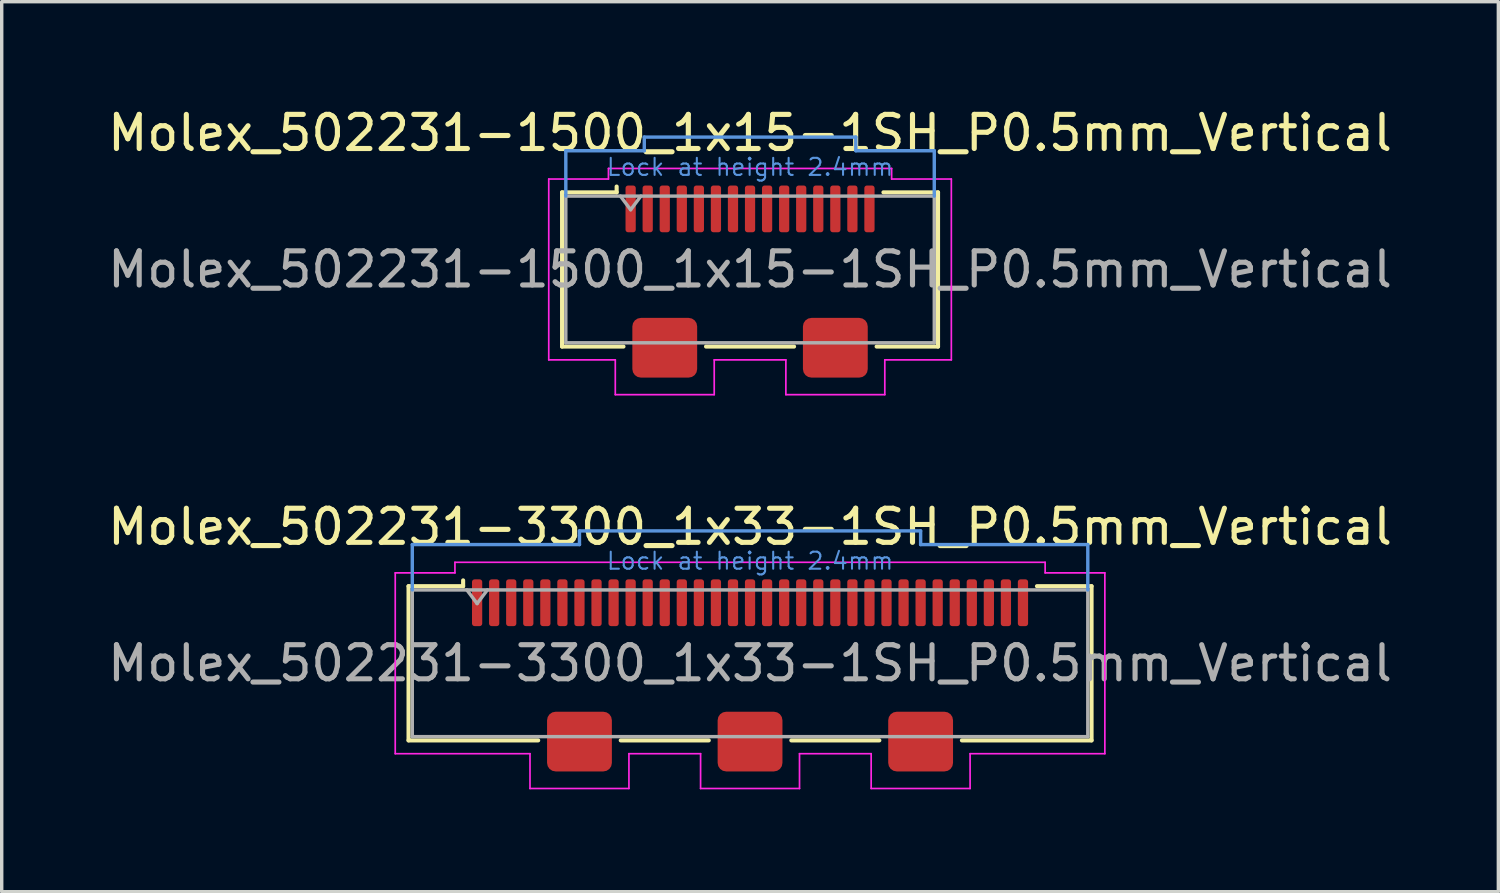
<source format=kicad_pcb>
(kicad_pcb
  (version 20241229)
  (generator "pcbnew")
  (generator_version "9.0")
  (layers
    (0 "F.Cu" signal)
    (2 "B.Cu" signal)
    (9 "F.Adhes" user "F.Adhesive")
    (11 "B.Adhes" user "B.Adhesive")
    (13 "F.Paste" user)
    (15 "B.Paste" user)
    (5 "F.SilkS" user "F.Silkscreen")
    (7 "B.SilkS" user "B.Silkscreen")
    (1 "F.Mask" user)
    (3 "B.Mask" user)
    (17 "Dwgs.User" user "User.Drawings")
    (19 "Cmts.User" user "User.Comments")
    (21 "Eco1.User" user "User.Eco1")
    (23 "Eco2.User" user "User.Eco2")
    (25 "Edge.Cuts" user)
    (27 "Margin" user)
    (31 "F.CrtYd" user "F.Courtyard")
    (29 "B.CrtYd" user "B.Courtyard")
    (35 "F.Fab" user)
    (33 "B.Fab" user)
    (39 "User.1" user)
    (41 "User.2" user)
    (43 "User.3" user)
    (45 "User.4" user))
  (footprint "Molex_502231-3300_1x33-1SH_P0.5mm_Vertical"
    (layer "F.Cu")
    (at 18.935 15.662)
    (property "Reference" "Molex_502231-3300_1x33-1SH_P0.5mm_Vertical" (at 0 -3.27 0) (layer "F.SilkS") (effects (font (size 1 1) (thickness 0.15))))
    (attr smd)
    (fp_line (start -10.01 2.99) (end -10.01 -1.53) (stroke (width 0.12) (type solid)) (layer "F.SilkS"))
    (fp_line (start -8.41 -1.53) (end -10.01 -1.53) (stroke (width 0.12) (type solid)) (layer "F.SilkS"))
    (fp_line (start -8.41 -1.53) (end -8.41 -1.7) (stroke (width 0.12) (type solid)) (layer "F.SilkS"))
    (fp_line (start -6.21 2.99) (end -10.01 2.99) (stroke (width 0.12) (type solid)) (layer "F.SilkS"))
    (fp_line (start -3.79 2.99) (end -1.21 2.99) (stroke (width 0.12) (type solid)) (layer "F.SilkS"))
    (fp_line (start 1.21 2.99) (end 3.79 2.99) (stroke (width 0.12) (type solid)) (layer "F.SilkS"))
    (fp_line (start 6.21 2.99) (end 10.01 2.99) (stroke (width 0.12) (type solid)) (layer "F.SilkS"))
    (fp_line (start 8.41 -1.53) (end 10.01 -1.53) (stroke (width 0.12) (type solid)) (layer "F.SilkS"))
    (fp_line (start 10.01 2.99) (end 10.01 -1.53) (stroke (width 0.12) (type solid)) (layer "F.SilkS"))
    (fp_line (start -9.9 -2.75) (end -9.9 -1.42) (stroke (width 0.1) (type solid)) (layer "Cmts.User"))
    (fp_line (start -5 -3.15) (end -5 -2.75) (stroke (width 0.1) (type solid)) (layer "Cmts.User"))
    (fp_line (start -5 -3.15) (end 5 -3.15) (stroke (width 0.1) (type solid)) (layer "Cmts.User"))
    (fp_line (start -5 -2.75) (end -9.9 -2.75) (stroke (width 0.1) (type solid)) (layer "Cmts.User"))
    (fp_line (start 5 -3.15) (end 5 -2.75) (stroke (width 0.1) (type solid)) (layer "Cmts.User"))
    (fp_line (start 5 -2.75) (end 9.9 -2.75) (stroke (width 0.1) (type solid)) (layer "Cmts.User"))
    (fp_line (start 9.9 -2.75) (end 9.9 -1.42) (stroke (width 0.1) (type solid)) (layer "Cmts.User"))
    (fp_line (start -10.4 -1.92) (end -8.65 -1.92) (stroke (width 0.05) (type solid)) (layer "F.CrtYd"))
    (fp_line (start -10.4 3.38) (end -10.4 -1.92) (stroke (width 0.05) (type solid)) (layer "F.CrtYd"))
    (fp_line (start -8.65 -1.92) (end -8.65 -2.23) (stroke (width 0.05) (type solid)) (layer "F.CrtYd"))
    (fp_line (start -6.45 3.38) (end -10.4 3.38) (stroke (width 0.05) (type solid)) (layer "F.CrtYd"))
    (fp_line (start -6.45 3.38) (end -6.45 4.4) (stroke (width 0.05) (type solid)) (layer "F.CrtYd"))
    (fp_line (start -3.55 3.38) (end -3.55 4.4) (stroke (width 0.05) (type solid)) (layer "F.CrtYd"))
    (fp_line (start -3.55 4.4) (end -6.45 4.4) (stroke (width 0.05) (type solid)) (layer "F.CrtYd"))
    (fp_line (start -1.45 3.38) (end -3.55 3.38) (stroke (width 0.05) (type solid)) (layer "F.CrtYd"))
    (fp_line (start -1.45 3.38) (end -1.45 4.4) (stroke (width 0.05) (type solid)) (layer "F.CrtYd"))
    (fp_line (start -1.45 4.4) (end 1.45 4.4) (stroke (width 0.05) (type solid)) (layer "F.CrtYd"))
    (fp_line (start 1.45 3.38) (end 1.45 4.4) (stroke (width 0.05) (type solid)) (layer "F.CrtYd"))
    (fp_line (start 3.55 3.38) (end 1.45 3.38) (stroke (width 0.05) (type solid)) (layer "F.CrtYd"))
    (fp_line (start 3.55 3.38) (end 3.55 4.4) (stroke (width 0.05) (type solid)) (layer "F.CrtYd"))
    (fp_line (start 3.55 4.4) (end 6.45 4.4) (stroke (width 0.05) (type solid)) (layer "F.CrtYd"))
    (fp_line (start 6.45 3.38) (end 6.45 4.4) (stroke (width 0.05) (type solid)) (layer "F.CrtYd"))
    (fp_line (start 6.45 3.38) (end 10.4 3.38) (stroke (width 0.05) (type solid)) (layer "F.CrtYd"))
    (fp_line (start 8.65 -2.23) (end -8.65 -2.23) (stroke (width 0.05) (type solid)) (layer "F.CrtYd"))
    (fp_line (start 8.65 -1.92) (end 8.65 -2.23) (stroke (width 0.05) (type solid)) (layer "F.CrtYd"))
    (fp_line (start 10.4 -1.92) (end 8.65 -1.92) (stroke (width 0.05) (type solid)) (layer "F.CrtYd"))
    (fp_line (start 10.4 3.38) (end 10.4 -1.92) (stroke (width 0.05) (type solid)) (layer "F.CrtYd"))
    (fp_line (start -9.9 -1.42) (end -9.9 2.88) (stroke (width 0.1) (type solid)) (layer "F.Fab"))
    (fp_line (start -9.9 -1.42) (end 9.9 -1.42) (stroke (width 0.1) (type solid)) (layer "F.Fab"))
    (fp_line (start -9.9 2.88) (end 9.9 2.88) (stroke (width 0.1) (type solid)) (layer "F.Fab"))
    (fp_line (start -8.3 -1.42) (end -8 -1.02) (stroke (width 0.1) (type solid)) (layer "F.Fab"))
    (fp_line (start -8 -1.02) (end -7.7 -1.42) (stroke (width 0.1) (type solid)) (layer "F.Fab"))
    (fp_line (start 9.9 -1.42) (end 9.9 2.88) (stroke (width 0.1) (type solid)) (layer "F.Fab"))
    (fp_text user "Lock at height 2.4mm" (at 0 -2.27 0) (layer "Cmts.User") (effects (font (size 0.5 0.5) (thickness 0.06))))
    (fp_text user "${REFERENCE}" (at 0 0.73 0) (layer "F.Fab") (effects (font (size 1 1) (thickness 0.15))))
    (pad "1" smd roundrect (at -8 -1.045) (size 0.3 1.37) (layers "F.Cu" "F.Mask" "F.Paste") (roundrect_rratio 0.25))
    (pad "2" smd roundrect (at -7.5 -1.045) (size 0.3 1.37) (layers "F.Cu" "F.Mask" "F.Paste") (roundrect_rratio 0.25))
    (pad "3" smd roundrect (at -7 -1.045) (size 0.3 1.37) (layers "F.Cu" "F.Mask" "F.Paste") (roundrect_rratio 0.25))
    (pad "4" smd roundrect (at -6.5 -1.045) (size 0.3 1.37) (layers "F.Cu" "F.Mask" "F.Paste") (roundrect_rratio 0.25))
    (pad "5" smd roundrect (at -6 -1.045) (size 0.3 1.37) (layers "F.Cu" "F.Mask" "F.Paste") (roundrect_rratio 0.25))
    (pad "6" smd roundrect (at -5.5 -1.045) (size 0.3 1.37) (layers "F.Cu" "F.Mask" "F.Paste") (roundrect_rratio 0.25))
    (pad "7" smd roundrect (at -5 -1.045) (size 0.3 1.37) (layers "F.Cu" "F.Mask" "F.Paste") (roundrect_rratio 0.25))
    (pad "8" smd roundrect (at -4.5 -1.045) (size 0.3 1.37) (layers "F.Cu" "F.Mask" "F.Paste") (roundrect_rratio 0.25))
    (pad "9" smd roundrect (at -4 -1.045) (size 0.3 1.37) (layers "F.Cu" "F.Mask" "F.Paste") (roundrect_rratio 0.25))
    (pad "10" smd roundrect (at -3.5 -1.045) (size 0.3 1.37) (layers "F.Cu" "F.Mask" "F.Paste") (roundrect_rratio 0.25))
    (pad "11" smd roundrect (at -3 -1.045) (size 0.3 1.37) (layers "F.Cu" "F.Mask" "F.Paste") (roundrect_rratio 0.25))
    (pad "12" smd roundrect (at -2.5 -1.045) (size 0.3 1.37) (layers "F.Cu" "F.Mask" "F.Paste") (roundrect_rratio 0.25))
    (pad "13" smd roundrect (at -2 -1.045) (size 0.3 1.37) (layers "F.Cu" "F.Mask" "F.Paste") (roundrect_rratio 0.25))
    (pad "14" smd roundrect (at -1.5 -1.045) (size 0.3 1.37) (layers "F.Cu" "F.Mask" "F.Paste") (roundrect_rratio 0.25))
    (pad "15" smd roundrect (at -1 -1.045) (size 0.3 1.37) (layers "F.Cu" "F.Mask" "F.Paste") (roundrect_rratio 0.25))
    (pad "16" smd roundrect (at -0.5 -1.045) (size 0.3 1.37) (layers "F.Cu" "F.Mask" "F.Paste") (roundrect_rratio 0.25))
    (pad "17" smd roundrect (at 0 -1.045) (size 0.3 1.37) (layers "F.Cu" "F.Mask" "F.Paste") (roundrect_rratio 0.25))
    (pad "18" smd roundrect (at 0.5 -1.045) (size 0.3 1.37) (layers "F.Cu" "F.Mask" "F.Paste") (roundrect_rratio 0.25))
    (pad "19" smd roundrect (at 1 -1.045) (size 0.3 1.37) (layers "F.Cu" "F.Mask" "F.Paste") (roundrect_rratio 0.25))
    (pad "20" smd roundrect (at 1.5 -1.045) (size 0.3 1.37) (layers "F.Cu" "F.Mask" "F.Paste") (roundrect_rratio 0.25))
    (pad "21" smd roundrect (at 2 -1.045) (size 0.3 1.37) (layers "F.Cu" "F.Mask" "F.Paste") (roundrect_rratio 0.25))
    (pad "22" smd roundrect (at 2.5 -1.045) (size 0.3 1.37) (layers "F.Cu" "F.Mask" "F.Paste") (roundrect_rratio 0.25))
    (pad "23" smd roundrect (at 3 -1.045) (size 0.3 1.37) (layers "F.Cu" "F.Mask" "F.Paste") (roundrect_rratio 0.25))
    (pad "24" smd roundrect (at 3.5 -1.045) (size 0.3 1.37) (layers "F.Cu" "F.Mask" "F.Paste") (roundrect_rratio 0.25))
    (pad "25" smd roundrect (at 4 -1.045) (size 0.3 1.37) (layers "F.Cu" "F.Mask" "F.Paste") (roundrect_rratio 0.25))
    (pad "26" smd roundrect (at 4.5 -1.045) (size 0.3 1.37) (layers "F.Cu" "F.Mask" "F.Paste") (roundrect_rratio 0.25))
    (pad "27" smd roundrect (at 5 -1.045) (size 0.3 1.37) (layers "F.Cu" "F.Mask" "F.Paste") (roundrect_rratio 0.25))
    (pad "28" smd roundrect (at 5.5 -1.045) (size 0.3 1.37) (layers "F.Cu" "F.Mask" "F.Paste") (roundrect_rratio 0.25))
    (pad "29" smd roundrect (at 6 -1.045) (size 0.3 1.37) (layers "F.Cu" "F.Mask" "F.Paste") (roundrect_rratio 0.25))
    (pad "30" smd roundrect (at 6.5 -1.045) (size 0.3 1.37) (layers "F.Cu" "F.Mask" "F.Paste") (roundrect_rratio 0.25))
    (pad "31" smd roundrect (at 7 -1.045) (size 0.3 1.37) (layers "F.Cu" "F.Mask" "F.Paste") (roundrect_rratio 0.25))
    (pad "32" smd roundrect (at 7.5 -1.045) (size 0.3 1.37) (layers "F.Cu" "F.Mask" "F.Paste") (roundrect_rratio 0.25))
    (pad "33" smd roundrect (at 8 -1.045) (size 0.3 1.37) (layers "F.Cu" "F.Mask" "F.Paste") (roundrect_rratio 0.25))
    (pad "SH" smd roundrect (at -5 3.025) (size 1.9 1.75) (layers "F.Cu" "F.Mask" "F.Paste") (roundrect_rratio 0.143))
    (pad "SH" smd roundrect (at 0 3.025) (size 1.9 1.75) (layers "F.Cu" "F.Mask" "F.Paste") (roundrect_rratio 0.143))
    (pad "SH" smd roundrect (at 5 3.025) (size 1.9 1.75) (layers "F.Cu" "F.Mask" "F.Paste") (roundrect_rratio 0.143)))
  (footprint "Molex_502231-1500_1x15-1SH_P0.5mm_Vertical"
    (layer "F.Cu")
    (at 18.935 4.118)
    (property "Reference" "Molex_502231-1500_1x15-1SH_P0.5mm_Vertical" (at 0 -3.27 0) (layer "F.SilkS") (effects (font (size 1 1) (thickness 0.15))))
    (attr smd)
    (fp_line (start -5.51 2.99) (end -5.51 -1.53) (stroke (width 0.12) (type solid)) (layer "F.SilkS"))
    (fp_line (start -3.91 -1.53) (end -5.51 -1.53) (stroke (width 0.12) (type solid)) (layer "F.SilkS"))
    (fp_line (start -3.91 -1.53) (end -3.91 -1.7) (stroke (width 0.12) (type solid)) (layer "F.SilkS"))
    (fp_line (start -3.71 2.99) (end -5.51 2.99) (stroke (width 0.12) (type solid)) (layer "F.SilkS"))
    (fp_line (start -1.29 2.99) (end 1.29 2.99) (stroke (width 0.12) (type solid)) (layer "F.SilkS"))
    (fp_line (start 3.71 2.99) (end 5.51 2.99) (stroke (width 0.12) (type solid)) (layer "F.SilkS"))
    (fp_line (start 3.91 -1.53) (end 5.51 -1.53) (stroke (width 0.12) (type solid)) (layer "F.SilkS"))
    (fp_line (start 5.51 2.99) (end 5.51 -1.53) (stroke (width 0.12) (type solid)) (layer "F.SilkS"))
    (fp_line (start -5.4 -2.75) (end -5.4 -1.42) (stroke (width 0.1) (type solid)) (layer "Cmts.User"))
    (fp_line (start -3.1 -3.15) (end -3.1 -2.75) (stroke (width 0.1) (type solid)) (layer "Cmts.User"))
    (fp_line (start -3.1 -3.15) (end 3.1 -3.15) (stroke (width 0.1) (type solid)) (layer "Cmts.User"))
    (fp_line (start -3.1 -2.75) (end -5.4 -2.75) (stroke (width 0.1) (type solid)) (layer "Cmts.User"))
    (fp_line (start 3.1 -3.15) (end 3.1 -2.75) (stroke (width 0.1) (type solid)) (layer "Cmts.User"))
    (fp_line (start 3.1 -2.75) (end 5.4 -2.75) (stroke (width 0.1) (type solid)) (layer "Cmts.User"))
    (fp_line (start 5.4 -2.75) (end 5.4 -1.42) (stroke (width 0.1) (type solid)) (layer "Cmts.User"))
    (fp_line (start -5.9 -1.92) (end -4.15 -1.92) (stroke (width 0.05) (type solid)) (layer "F.CrtYd"))
    (fp_line (start -5.9 3.38) (end -5.9 -1.92) (stroke (width 0.05) (type solid)) (layer "F.CrtYd"))
    (fp_line (start -4.15 -1.92) (end -4.15 -2.23) (stroke (width 0.05) (type solid)) (layer "F.CrtYd"))
    (fp_line (start -3.95 3.38) (end -5.9 3.38) (stroke (width 0.05) (type solid)) (layer "F.CrtYd"))
    (fp_line (start -3.95 3.38) (end -3.95 4.4) (stroke (width 0.05) (type solid)) (layer "F.CrtYd"))
    (fp_line (start -1.05 3.38) (end -1.05 4.4) (stroke (width 0.05) (type solid)) (layer "F.CrtYd"))
    (fp_line (start -1.05 4.4) (end -3.95 4.4) (stroke (width 0.05) (type solid)) (layer "F.CrtYd"))
    (fp_line (start 1.05 3.38) (end -1.05 3.38) (stroke (width 0.05) (type solid)) (layer "F.CrtYd"))
    (fp_line (start 1.05 3.38) (end 1.05 4.4) (stroke (width 0.05) (type solid)) (layer "F.CrtYd"))
    (fp_line (start 1.05 4.4) (end 3.95 4.4) (stroke (width 0.05) (type solid)) (layer "F.CrtYd"))
    (fp_line (start 3.95 3.38) (end 3.95 4.4) (stroke (width 0.05) (type solid)) (layer "F.CrtYd"))
    (fp_line (start 3.95 3.38) (end 5.9 3.38) (stroke (width 0.05) (type solid)) (layer "F.CrtYd"))
    (fp_line (start 4.15 -2.23) (end -4.15 -2.23) (stroke (width 0.05) (type solid)) (layer "F.CrtYd"))
    (fp_line (start 4.15 -1.92) (end 4.15 -2.23) (stroke (width 0.05) (type solid)) (layer "F.CrtYd"))
    (fp_line (start 5.9 -1.92) (end 4.15 -1.92) (stroke (width 0.05) (type solid)) (layer "F.CrtYd"))
    (fp_line (start 5.9 3.38) (end 5.9 -1.92) (stroke (width 0.05) (type solid)) (layer "F.CrtYd"))
    (fp_line (start -5.4 -1.42) (end -5.4 2.88) (stroke (width 0.1) (type solid)) (layer "F.Fab"))
    (fp_line (start -5.4 -1.42) (end 5.4 -1.42) (stroke (width 0.1) (type solid)) (layer "F.Fab"))
    (fp_line (start -5.4 2.88) (end 5.4 2.88) (stroke (width 0.1) (type solid)) (layer "F.Fab"))
    (fp_line (start -3.8 -1.42) (end -3.5 -1.02) (stroke (width 0.1) (type solid)) (layer "F.Fab"))
    (fp_line (start -3.5 -1.02) (end -3.2 -1.42) (stroke (width 0.1) (type solid)) (layer "F.Fab"))
    (fp_line (start 5.4 -1.42) (end 5.4 2.88) (stroke (width 0.1) (type solid)) (layer "F.Fab"))
    (fp_text user "Lock at height 2.4mm" (at 0 -2.27 0) (layer "Cmts.User") (effects (font (size 0.5 0.5) (thickness 0.06))))
    (fp_text user "${REFERENCE}" (at 0 0.73 0) (layer "F.Fab") (effects (font (size 1 1) (thickness 0.15))))
    (pad "1" smd roundrect (at -3.5 -1.045) (size 0.3 1.37) (layers "F.Cu" "F.Mask" "F.Paste") (roundrect_rratio 0.25))
    (pad "2" smd roundrect (at -3 -1.045) (size 0.3 1.37) (layers "F.Cu" "F.Mask" "F.Paste") (roundrect_rratio 0.25))
    (pad "3" smd roundrect (at -2.5 -1.045) (size 0.3 1.37) (layers "F.Cu" "F.Mask" "F.Paste") (roundrect_rratio 0.25))
    (pad "4" smd roundrect (at -2 -1.045) (size 0.3 1.37) (layers "F.Cu" "F.Mask" "F.Paste") (roundrect_rratio 0.25))
    (pad "5" smd roundrect (at -1.5 -1.045) (size 0.3 1.37) (layers "F.Cu" "F.Mask" "F.Paste") (roundrect_rratio 0.25))
    (pad "6" smd roundrect (at -1 -1.045) (size 0.3 1.37) (layers "F.Cu" "F.Mask" "F.Paste") (roundrect_rratio 0.25))
    (pad "7" smd roundrect (at -0.5 -1.045) (size 0.3 1.37) (layers "F.Cu" "F.Mask" "F.Paste") (roundrect_rratio 0.25))
    (pad "8" smd roundrect (at 0 -1.045) (size 0.3 1.37) (layers "F.Cu" "F.Mask" "F.Paste") (roundrect_rratio 0.25))
    (pad "9" smd roundrect (at 0.5 -1.045) (size 0.3 1.37) (layers "F.Cu" "F.Mask" "F.Paste") (roundrect_rratio 0.25))
    (pad "10" smd roundrect (at 1 -1.045) (size 0.3 1.37) (layers "F.Cu" "F.Mask" "F.Paste") (roundrect_rratio 0.25))
    (pad "11" smd roundrect (at 1.5 -1.045) (size 0.3 1.37) (layers "F.Cu" "F.Mask" "F.Paste") (roundrect_rratio 0.25))
    (pad "12" smd roundrect (at 2 -1.045) (size 0.3 1.37) (layers "F.Cu" "F.Mask" "F.Paste") (roundrect_rratio 0.25))
    (pad "13" smd roundrect (at 2.5 -1.045) (size 0.3 1.37) (layers "F.Cu" "F.Mask" "F.Paste") (roundrect_rratio 0.25))
    (pad "14" smd roundrect (at 3 -1.045) (size 0.3 1.37) (layers "F.Cu" "F.Mask" "F.Paste") (roundrect_rratio 0.25))
    (pad "15" smd roundrect (at 3.5 -1.045) (size 0.3 1.37) (layers "F.Cu" "F.Mask" "F.Paste") (roundrect_rratio 0.25))
    (pad "SH" smd roundrect (at -2.5 3.025) (size 1.9 1.75) (layers "F.Cu" "F.Mask" "F.Paste") (roundrect_rratio 0.143))
    (pad "SH" smd roundrect (at 2.5 3.025) (size 1.9 1.75) (layers "F.Cu" "F.Mask" "F.Paste") (roundrect_rratio 0.143)))
  (gr_rect
    (start -3 -3)
    (end 40.869 23.087)
    (stroke (width 0.1) (type default))
    (fill no)
    (layer "Edge.Cuts")))
</source>
